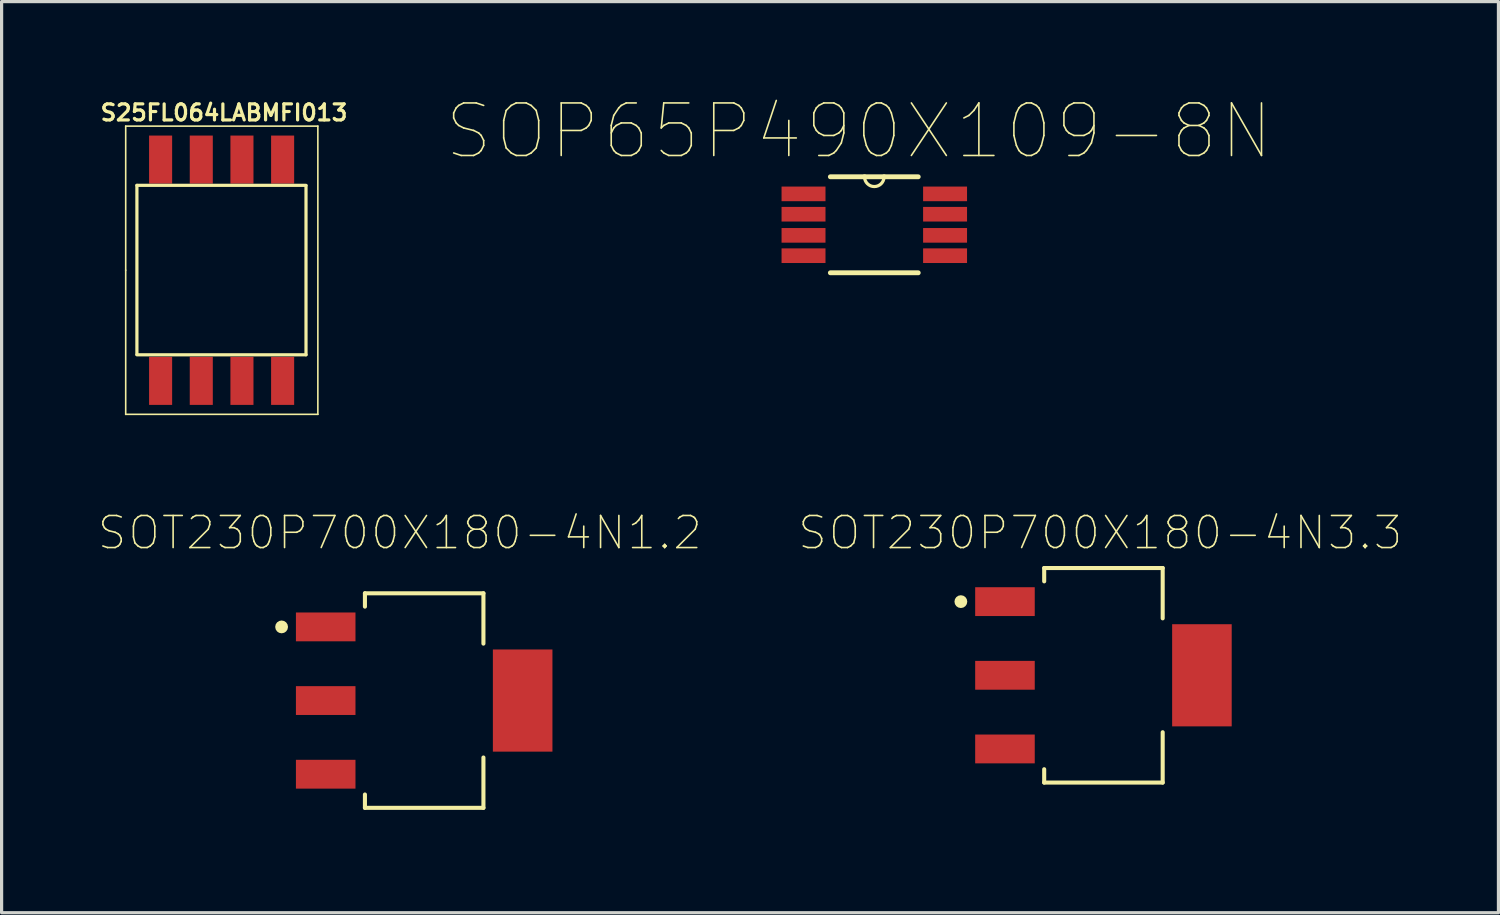
<source format=kicad_pcb>
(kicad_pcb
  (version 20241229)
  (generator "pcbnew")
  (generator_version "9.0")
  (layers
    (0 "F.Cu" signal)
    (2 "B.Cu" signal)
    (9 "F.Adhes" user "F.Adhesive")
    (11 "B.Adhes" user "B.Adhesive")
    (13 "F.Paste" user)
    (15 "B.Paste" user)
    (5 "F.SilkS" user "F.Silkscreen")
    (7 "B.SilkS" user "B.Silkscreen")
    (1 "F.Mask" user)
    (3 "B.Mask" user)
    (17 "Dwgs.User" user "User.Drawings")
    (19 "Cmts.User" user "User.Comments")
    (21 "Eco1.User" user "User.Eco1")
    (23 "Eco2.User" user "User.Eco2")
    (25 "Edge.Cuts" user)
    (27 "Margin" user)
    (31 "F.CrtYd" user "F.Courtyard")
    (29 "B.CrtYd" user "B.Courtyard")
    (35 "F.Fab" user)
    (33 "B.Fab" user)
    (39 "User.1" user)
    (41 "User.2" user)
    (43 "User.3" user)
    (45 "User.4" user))
  (footprint "SOT230P700X180-4N1.2"
    (layer "F.Cu")
    (at 10.195 18.825)
    (property "Reference" "SOT230P700X180-4N1.2" (at -0.761 -5.239 0) (layer "F.SilkS") (effects (font (size 1.001 1.001) (thickness 0.05))))
    (attr smd)
    (fp_line (start -1.85 -3.35) (end 1.85 -3.35) (stroke (width 0.127) (type solid)) (layer "F.SilkS"))
    (fp_line (start -1.85 -2.933) (end -1.85 -3.35) (stroke (width 0.127) (type solid)) (layer "F.SilkS"))
    (fp_line (start -1.85 2.933) (end -1.85 3.35) (stroke (width 0.127) (type solid)) (layer "F.SilkS"))
    (fp_line (start -1.85 3.35) (end 1.85 3.35) (stroke (width 0.127) (type solid)) (layer "F.SilkS"))
    (fp_line (start 1.85 -3.35) (end 1.85 -1.778) (stroke (width 0.127) (type solid)) (layer "F.SilkS"))
    (fp_line (start 1.85 3.35) (end 1.85 1.778) (stroke (width 0.127) (type solid)) (layer "F.SilkS"))
    (fp_circle (center -4.452 -2.3) (end -4.352 -2.3) (stroke (width 0.2) (type solid)) (fill no) (layer "F.SilkS"))
    (fp_line (start -4.26 -3) (end -4.26 3) (stroke (width 0.05) (type solid)) (layer "Eco1.User"))
    (fp_line (start -4.26 3) (end -2.1 3) (stroke (width 0.05) (type solid)) (layer "Eco1.User"))
    (fp_line (start -2.1 -3.6) (end -2.1 -3) (stroke (width 0.05) (type solid)) (layer "Eco1.User"))
    (fp_line (start -2.1 -3) (end -4.26 -3) (stroke (width 0.05) (type solid)) (layer "Eco1.User"))
    (fp_line (start -2.1 3) (end -2.1 3.6) (stroke (width 0.05) (type solid)) (layer "Eco1.User"))
    (fp_line (start -2.1 3.6) (end 2.1 3.6) (stroke (width 0.05) (type solid)) (layer "Eco1.User"))
    (fp_line (start 2.1 -3.6) (end -2.1 -3.6) (stroke (width 0.05) (type solid)) (layer "Eco1.User"))
    (fp_line (start 2.1 -1.85) (end 2.1 -3.6) (stroke (width 0.05) (type solid)) (layer "Eco1.User"))
    (fp_line (start 2.1 1.85) (end 4.26 1.85) (stroke (width 0.05) (type solid)) (layer "Eco1.User"))
    (fp_line (start 2.1 3.6) (end 2.1 1.85) (stroke (width 0.05) (type solid)) (layer "Eco1.User"))
    (fp_line (start 4.26 -1.85) (end 2.1 -1.85) (stroke (width 0.05) (type solid)) (layer "Eco1.User"))
    (fp_line (start 4.26 1.85) (end 4.26 -1.85) (stroke (width 0.05) (type solid)) (layer "Eco1.User"))
    (fp_line (start -1.85 -3.35) (end 1.85 -3.35) (stroke (width 0.127) (type solid)) (layer "Eco2.User"))
    (fp_line (start -1.85 3.35) (end -1.85 -3.35) (stroke (width 0.127) (type solid)) (layer "Eco2.User"))
    (fp_line (start -1.85 3.35) (end 1.85 3.35) (stroke (width 0.127) (type solid)) (layer "Eco2.User"))
    (fp_line (start 1.85 -3.35) (end 1.85 3.35) (stroke (width 0.127) (type solid)) (layer "Eco2.User"))
    (fp_circle (center -1.277 -2.427) (end -1.177 -2.427) (stroke (width 0.2) (type solid)) (fill no) (layer "Eco2.User"))
    (pad "1" smd rect (at -3.075 -2.3 180) (size 1.86 0.9) (layers "F.Cu" "F.Mask" "F.Paste"))
    (pad "2" smd rect (at -3.075 0 180) (size 1.86 0.9) (layers "F.Cu" "F.Mask" "F.Paste"))
    (pad "3" smd rect (at -3.075 2.3 180) (size 1.86 0.9) (layers "F.Cu" "F.Mask" "F.Paste"))
    (pad "4" smd rect (at 3.075 0) (size 1.86 3.19) (layers "F.Cu" "F.Mask" "F.Paste")))
  (footprint "SOP65P490X109-8N"
    (layer "F.Cu")
    (at 24.25 3.969)
    (property "Reference" "SOP65P490X109-8N" (at -0.483 -2.921 0) (layer "F.SilkS") (effects (font (size 1.64 1.64) (thickness 0.05))))
    (attr smd)
    (fp_line (start -1.372 1.499) (end 1.372 1.499) (stroke (width 0.152) (type solid)) (layer "F.SilkS"))
    (fp_line (start -0.305 -1.499) (end -1.372 -1.499) (stroke (width 0.152) (type solid)) (layer "F.SilkS"))
    (fp_line (start 0.305 -1.499) (end -0.305 -1.499) (stroke (width 0.152) (type solid)) (layer "F.SilkS"))
    (fp_line (start 1.372 -1.499) (end 0.305 -1.499) (stroke (width 0.152) (type solid)) (layer "F.SilkS"))
    (fp_arc (start 0.3048 -1.4986) (mid 0 -1.1938) (end -0.3048 -1.4986) (stroke (width 0.1) (type solid)) (layer "F.SilkS"))
    (fp_line (start -2.515 -1.168) (end -2.515 -0.787) (stroke (width 0.152) (type solid)) (layer "Eco2.User"))
    (fp_line (start -2.515 -0.787) (end -1.499 -0.787) (stroke (width 0.152) (type solid)) (layer "Eco2.User"))
    (fp_line (start -2.515 -0.533) (end -2.515 -0.127) (stroke (width 0.152) (type solid)) (layer "Eco2.User"))
    (fp_line (start -2.515 -0.127) (end -1.499 -0.127) (stroke (width 0.152) (type solid)) (layer "Eco2.User"))
    (fp_line (start -2.515 0.127) (end -2.515 0.533) (stroke (width 0.152) (type solid)) (layer "Eco2.User"))
    (fp_line (start -2.515 0.533) (end -1.499 0.533) (stroke (width 0.152) (type solid)) (layer "Eco2.User"))
    (fp_line (start -2.515 0.787) (end -2.515 1.168) (stroke (width 0.152) (type solid)) (layer "Eco2.User"))
    (fp_line (start -2.515 1.168) (end -1.499 1.168) (stroke (width 0.152) (type solid)) (layer "Eco2.User"))
    (fp_line (start -1.499 -1.499) (end -1.499 1.499) (stroke (width 0.152) (type solid)) (layer "Eco2.User"))
    (fp_line (start -1.499 -1.168) (end -2.515 -1.168) (stroke (width 0.152) (type solid)) (layer "Eco2.User"))
    (fp_line (start -1.499 -0.787) (end -1.499 -1.168) (stroke (width 0.152) (type solid)) (layer "Eco2.User"))
    (fp_line (start -1.499 -0.533) (end -2.515 -0.533) (stroke (width 0.152) (type solid)) (layer "Eco2.User"))
    (fp_line (start -1.499 -0.127) (end -1.499 -0.533) (stroke (width 0.152) (type solid)) (layer "Eco2.User"))
    (fp_line (start -1.499 0.127) (end -2.515 0.127) (stroke (width 0.152) (type solid)) (layer "Eco2.User"))
    (fp_line (start -1.499 0.533) (end -1.499 0.127) (stroke (width 0.152) (type solid)) (layer "Eco2.User"))
    (fp_line (start -1.499 0.787) (end -2.515 0.787) (stroke (width 0.152) (type solid)) (layer "Eco2.User"))
    (fp_line (start -1.499 1.168) (end -1.499 0.787) (stroke (width 0.152) (type solid)) (layer "Eco2.User"))
    (fp_line (start -1.499 1.499) (end 1.499 1.499) (stroke (width 0.152) (type solid)) (layer "Eco2.User"))
    (fp_line (start -0.305 -1.499) (end -1.499 -1.499) (stroke (width 0.152) (type solid)) (layer "Eco2.User"))
    (fp_line (start 0.305 -1.499) (end -0.305 -1.499) (stroke (width 0.152) (type solid)) (layer "Eco2.User"))
    (fp_line (start 1.499 -1.499) (end 0.305 -1.499) (stroke (width 0.152) (type solid)) (layer "Eco2.User"))
    (fp_line (start 1.499 -1.168) (end 1.499 -0.787) (stroke (width 0.152) (type solid)) (layer "Eco2.User"))
    (fp_line (start 1.499 -0.787) (end 2.515 -0.787) (stroke (width 0.152) (type solid)) (layer "Eco2.User"))
    (fp_line (start 1.499 -0.533) (end 1.499 -0.127) (stroke (width 0.152) (type solid)) (layer "Eco2.User"))
    (fp_line (start 1.499 -0.127) (end 2.515 -0.127) (stroke (width 0.152) (type solid)) (layer "Eco2.User"))
    (fp_line (start 1.499 0.127) (end 1.499 0.533) (stroke (width 0.152) (type solid)) (layer "Eco2.User"))
    (fp_line (start 1.499 0.533) (end 2.515 0.533) (stroke (width 0.152) (type solid)) (layer "Eco2.User"))
    (fp_line (start 1.499 0.787) (end 1.499 1.168) (stroke (width 0.152) (type solid)) (layer "Eco2.User"))
    (fp_line (start 1.499 1.168) (end 2.515 1.168) (stroke (width 0.152) (type solid)) (layer "Eco2.User"))
    (fp_line (start 1.499 1.499) (end 1.499 -1.499) (stroke (width 0.152) (type solid)) (layer "Eco2.User"))
    (fp_line (start 2.515 -1.168) (end 1.499 -1.168) (stroke (width 0.152) (type solid)) (layer "Eco2.User"))
    (fp_line (start 2.515 -0.787) (end 2.515 -1.168) (stroke (width 0.152) (type solid)) (layer "Eco2.User"))
    (fp_line (start 2.515 -0.533) (end 1.499 -0.533) (stroke (width 0.152) (type solid)) (layer "Eco2.User"))
    (fp_line (start 2.515 -0.127) (end 2.515 -0.533) (stroke (width 0.152) (type solid)) (layer "Eco2.User"))
    (fp_line (start 2.515 0.127) (end 1.499 0.127) (stroke (width 0.152) (type solid)) (layer "Eco2.User"))
    (fp_line (start 2.515 0.533) (end 2.515 0.127) (stroke (width 0.152) (type solid)) (layer "Eco2.User"))
    (fp_line (start 2.515 0.787) (end 1.499 0.787) (stroke (width 0.152) (type solid)) (layer "Eco2.User"))
    (fp_line (start 2.515 1.168) (end 2.515 0.787) (stroke (width 0.152) (type solid)) (layer "Eco2.User"))
    (fp_arc (start 0.3048 -1.4986) (mid 0 -1.1938) (end -0.3048 -1.4986) (stroke (width 0.1) (type solid)) (layer "Eco2.User"))
    (pad "1" smd rect (at -2.21 -0.965) (size 1.372 0.457) (layers "F.Cu" "F.Mask" "F.Paste"))
    (pad "2" smd rect (at -2.21 -0.33) (size 1.372 0.457) (layers "F.Cu" "F.Mask" "F.Paste"))
    (pad "3" smd rect (at -2.21 0.33) (size 1.372 0.457) (layers "F.Cu" "F.Mask" "F.Paste"))
    (pad "4" smd rect (at -2.21 0.965) (size 1.372 0.457) (layers "F.Cu" "F.Mask" "F.Paste"))
    (pad "5" smd rect (at 2.21 0.965) (size 1.372 0.457) (layers "F.Cu" "F.Mask" "F.Paste"))
    (pad "6" smd rect (at 2.21 0.33) (size 1.372 0.457) (layers "F.Cu" "F.Mask" "F.Paste"))
    (pad "7" smd rect (at 2.21 -0.33) (size 1.372 0.457) (layers "F.Cu" "F.Mask" "F.Paste"))
    (pad "8" smd rect (at 2.21 -0.965) (size 1.372 0.457) (layers "F.Cu" "F.Mask" "F.Paste")))
  (footprint "SOT230P700X180-4N3.3"
    (layer "F.Cu")
    (at 31.405 18.036)
    (property "Reference" "SOT230P700X180-4N3.3" (at -0.1 -4.45 0) (layer "F.SilkS") (effects (font (size 1.001 1.001) (thickness 0.05))))
    (attr smd)
    (fp_line (start -1.85 -3.35) (end 1.85 -3.35) (stroke (width 0.127) (type solid)) (layer "F.SilkS"))
    (fp_line (start -1.85 -2.933) (end -1.85 -3.35) (stroke (width 0.127) (type solid)) (layer "F.SilkS"))
    (fp_line (start -1.85 2.933) (end -1.85 3.35) (stroke (width 0.127) (type solid)) (layer "F.SilkS"))
    (fp_line (start -1.85 3.35) (end 1.85 3.35) (stroke (width 0.127) (type solid)) (layer "F.SilkS"))
    (fp_line (start 1.85 -3.35) (end 1.85 -1.778) (stroke (width 0.127) (type solid)) (layer "F.SilkS"))
    (fp_line (start 1.85 3.35) (end 1.85 1.778) (stroke (width 0.127) (type solid)) (layer "F.SilkS"))
    (fp_circle (center -4.452 -2.3) (end -4.352 -2.3) (stroke (width 0.2) (type solid)) (fill no) (layer "F.SilkS"))
    (fp_line (start -4.26 -3) (end -4.26 3) (stroke (width 0.05) (type solid)) (layer "Eco1.User"))
    (fp_line (start -4.26 3) (end -2.1 3) (stroke (width 0.05) (type solid)) (layer "Eco1.User"))
    (fp_line (start -2.1 -3.6) (end -2.1 -3) (stroke (width 0.05) (type solid)) (layer "Eco1.User"))
    (fp_line (start -2.1 -3) (end -4.26 -3) (stroke (width 0.05) (type solid)) (layer "Eco1.User"))
    (fp_line (start -2.1 3) (end -2.1 3.6) (stroke (width 0.05) (type solid)) (layer "Eco1.User"))
    (fp_line (start -2.1 3.6) (end 2.1 3.6) (stroke (width 0.05) (type solid)) (layer "Eco1.User"))
    (fp_line (start 2.1 -3.6) (end -2.1 -3.6) (stroke (width 0.05) (type solid)) (layer "Eco1.User"))
    (fp_line (start 2.1 -1.85) (end 2.1 -3.6) (stroke (width 0.05) (type solid)) (layer "Eco1.User"))
    (fp_line (start 2.1 1.85) (end 4.26 1.85) (stroke (width 0.05) (type solid)) (layer "Eco1.User"))
    (fp_line (start 2.1 3.6) (end 2.1 1.85) (stroke (width 0.05) (type solid)) (layer "Eco1.User"))
    (fp_line (start 4.26 -1.85) (end 2.1 -1.85) (stroke (width 0.05) (type solid)) (layer "Eco1.User"))
    (fp_line (start 4.26 1.85) (end 4.26 -1.85) (stroke (width 0.05) (type solid)) (layer "Eco1.User"))
    (fp_line (start -1.85 -3.35) (end 1.85 -3.35) (stroke (width 0.127) (type solid)) (layer "Eco2.User"))
    (fp_line (start -1.85 3.35) (end -1.85 -3.35) (stroke (width 0.127) (type solid)) (layer "Eco2.User"))
    (fp_line (start -1.85 3.35) (end 1.85 3.35) (stroke (width 0.127) (type solid)) (layer "Eco2.User"))
    (fp_line (start 1.85 -3.35) (end 1.85 3.35) (stroke (width 0.127) (type solid)) (layer "Eco2.User"))
    (fp_circle (center -1.277 -2.427) (end -1.177 -2.427) (stroke (width 0.2) (type solid)) (fill no) (layer "Eco2.User"))
    (pad "1" smd rect (at -3.075 -2.3 180) (size 1.86 0.9) (layers "F.Cu" "F.Mask" "F.Paste"))
    (pad "2" smd rect (at -3.075 0 180) (size 1.86 0.9) (layers "F.Cu" "F.Mask" "F.Paste"))
    (pad "3" smd rect (at -3.075 2.3 180) (size 1.86 0.9) (layers "F.Cu" "F.Mask" "F.Paste"))
    (pad "4" smd rect (at 3.075 0) (size 1.86 3.19) (layers "F.Cu" "F.Mask" "F.Paste")))
  (footprint "S25FL064LABMFI013"
    (layer "F.Cu")
    (at 3.875 5.388)
    (property "Reference" "S25FL064LABMFI013" (at 0.07 -4.92 0) (layer "F.SilkS") (effects (font (size 0.5 0.5) (thickness 0.1))))
    (attr through_hole)
    (fp_line (start -3 -4.5) (end 3 -4.5) (stroke (width 0.05) (type solid)) (layer "F.SilkS"))
    (fp_line (start -3 0) (end -3 -4.5) (stroke (width 0.05) (type solid)) (layer "F.SilkS"))
    (fp_line (start -3 4.5) (end -3 0) (stroke (width 0.05) (type solid)) (layer "F.SilkS"))
    (fp_line (start -3 4.5) (end 3 4.5) (stroke (width 0.05) (type solid)) (layer "F.SilkS"))
    (fp_line (start -2.65 -2.65) (end 2.63 -2.65) (stroke (width 0.1) (type solid)) (layer "F.SilkS"))
    (fp_line (start -2.65 2.63) (end -2.65 -2.65) (stroke (width 0.1) (type solid)) (layer "F.SilkS"))
    (fp_line (start 2.63 -2.64) (end 2.63 2.64) (stroke (width 0.1) (type solid)) (layer "F.SilkS"))
    (fp_line (start 2.63 2.64) (end -2.65 2.64) (stroke (width 0.1) (type solid)) (layer "F.SilkS"))
    (fp_line (start 3 -4.5) (end 3 4.5) (stroke (width 0.05) (type solid)) (layer "F.SilkS"))
    (pad "1" smd rect (at -1.91 3.455) (size 0.72 1.5) (layers "F.Cu" "F.Mask" "F.Paste"))
    (pad "2" smd rect (at -0.64 3.455) (size 0.72 1.5) (layers "F.Cu" "F.Mask" "F.Paste"))
    (pad "3" smd rect (at 0.63 3.455) (size 0.72 1.5) (layers "F.Cu" "F.Mask" "F.Paste"))
    (pad "4" smd rect (at 1.9 3.455) (size 0.72 1.5) (layers "F.Cu" "F.Mask" "F.Paste"))
    (pad "5" smd rect (at 1.9 -3.455) (size 0.72 1.5) (layers "F.Cu" "F.Mask" "F.Paste"))
    (pad "6" smd rect (at 0.63 -3.455) (size 0.72 1.5) (layers "F.Cu" "F.Mask" "F.Paste"))
    (pad "7" smd rect (at -0.64 -3.455) (size 0.72 1.5) (layers "F.Cu" "F.Mask" "F.Paste"))
    (pad "8" smd rect (at -1.91 -3.455) (size 0.72 1.5) (layers "F.Cu" "F.Mask" "F.Paste")))
  (gr_rect
    (start -3 -3)
    (end 43.739 25.45)
    (stroke (width 0.1) (type default))
    (fill no)
    (layer "Edge.Cuts")))
</source>
